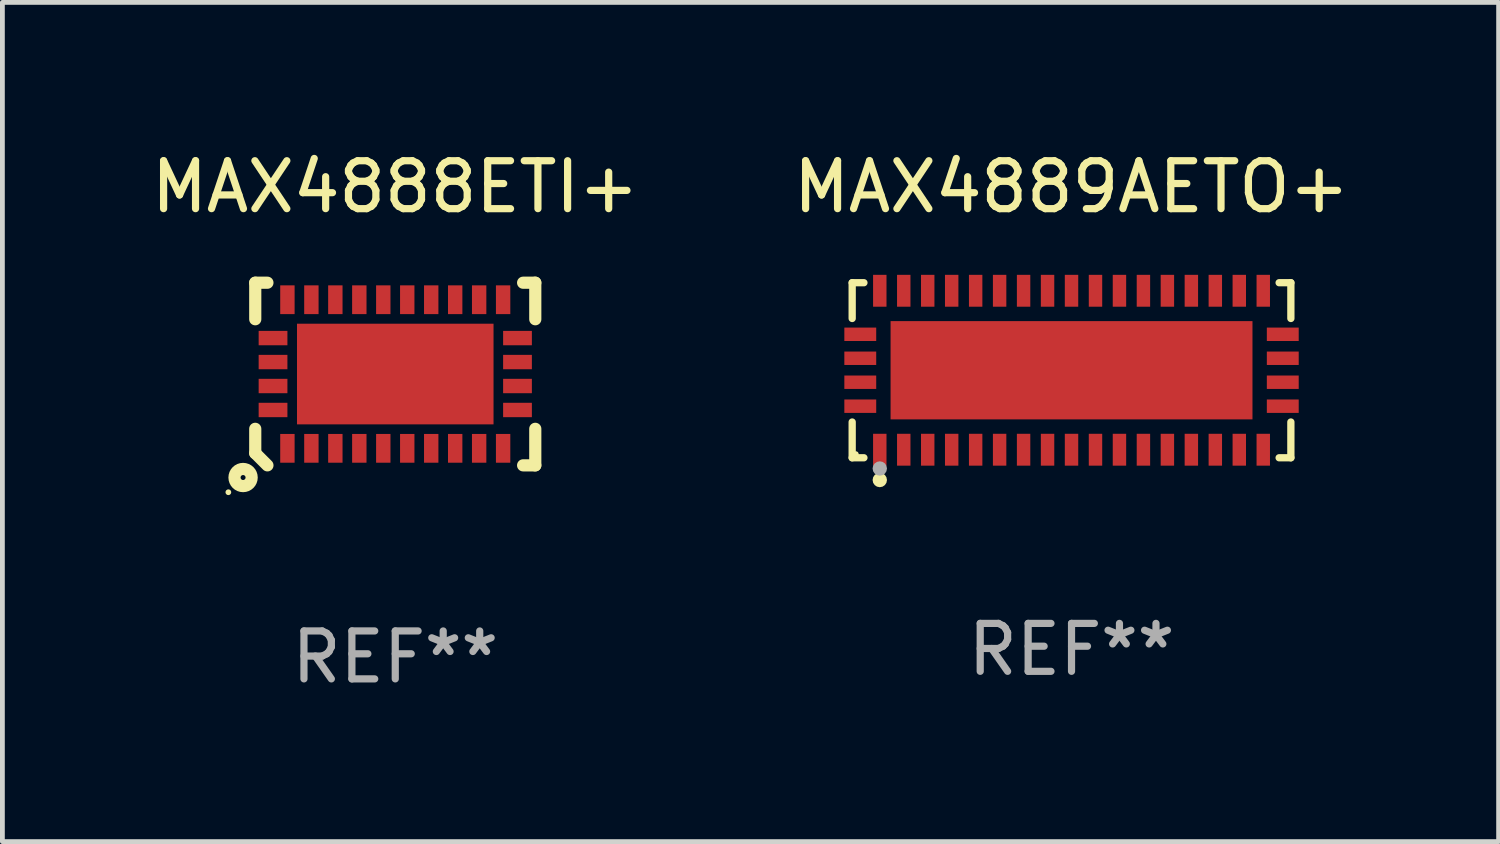
<source format=kicad_pcb>
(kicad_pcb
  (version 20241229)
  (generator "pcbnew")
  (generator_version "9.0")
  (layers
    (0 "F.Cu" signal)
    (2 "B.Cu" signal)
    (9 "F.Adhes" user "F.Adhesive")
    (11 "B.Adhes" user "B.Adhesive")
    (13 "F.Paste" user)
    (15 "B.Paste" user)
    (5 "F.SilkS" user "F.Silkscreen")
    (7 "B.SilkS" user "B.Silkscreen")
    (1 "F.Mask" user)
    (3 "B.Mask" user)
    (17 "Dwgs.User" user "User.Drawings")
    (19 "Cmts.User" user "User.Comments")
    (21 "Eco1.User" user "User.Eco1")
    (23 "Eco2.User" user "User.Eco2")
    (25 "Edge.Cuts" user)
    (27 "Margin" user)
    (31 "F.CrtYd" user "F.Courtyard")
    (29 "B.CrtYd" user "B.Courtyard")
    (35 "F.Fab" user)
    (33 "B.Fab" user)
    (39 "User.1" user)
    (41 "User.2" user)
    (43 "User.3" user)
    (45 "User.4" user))
  (footprint "MAX4888ETI+"
    (layer "F.Cu")
    (at 5.196 4.753)
    (property "Reference" "MAX4888ETI+" (at 0 -3.905 0) (layer "F.SilkS") (effects (font (size 1 1) (thickness 0.15))))
    (attr through_hole)
    (fp_line (start -2.921 -1.905) (end -2.667 -1.905) (stroke (width 0.254) (type solid)) (layer "F.SilkS"))
    (fp_line (start -2.921 -1.143) (end -2.921 -1.905) (stroke (width 0.254) (type solid)) (layer "F.SilkS"))
    (fp_line (start -2.921 1.143) (end -2.921 1.651) (stroke (width 0.254) (type solid)) (layer "F.SilkS"))
    (fp_line (start -2.921 1.651) (end -2.667 1.905) (stroke (width 0.254) (type solid)) (layer "F.SilkS"))
    (fp_line (start 2.667 -1.905) (end 2.921 -1.905) (stroke (width 0.254) (type solid)) (layer "F.SilkS"))
    (fp_line (start 2.921 -1.905) (end 2.921 -1.143) (stroke (width 0.254) (type solid)) (layer "F.SilkS"))
    (fp_line (start 2.921 1.143) (end 2.921 1.905) (stroke (width 0.254) (type solid)) (layer "F.SilkS"))
    (fp_line (start 2.921 1.905) (end 2.667 1.905) (stroke (width 0.254) (type solid)) (layer "F.SilkS"))
    (fp_circle (center -3.482 2.466) (end -3.452 2.466) (stroke (width 0.06) (type solid)) (fill no) (layer "F.SilkS"))
    (fp_circle (center -3.175 2.159) (end -2.996 2.159) (stroke (width 0.254) (type solid)) (fill no) (layer "F.SilkS"))
    (fp_text user "REF**" (at 0 5.905 0) (layer "F.Fab") (effects (font (size 1 1) (thickness 0.15))))
    (pad "1" smd rect (at -2.25 1.55) (size 0.3 0.6) (layers "F.Cu" "F.Mask" "F.Paste"))
    (pad "2" smd rect (at -1.75 1.55) (size 0.3 0.6) (layers "F.Cu" "F.Mask" "F.Paste"))
    (pad "3" smd rect (at -1.25 1.55) (size 0.3 0.6) (layers "F.Cu" "F.Mask" "F.Paste"))
    (pad "4" smd rect (at -0.75 1.55) (size 0.3 0.6) (layers "F.Cu" "F.Mask" "F.Paste"))
    (pad "5" smd rect (at -0.25 1.55) (size 0.3 0.6) (layers "F.Cu" "F.Mask" "F.Paste"))
    (pad "6" smd rect (at 0.25 1.55) (size 0.3 0.6) (layers "F.Cu" "F.Mask" "F.Paste"))
    (pad "7" smd rect (at 0.75 1.55) (size 0.3 0.6) (layers "F.Cu" "F.Mask" "F.Paste"))
    (pad "8" smd rect (at 1.25 1.55) (size 0.3 0.6) (layers "F.Cu" "F.Mask" "F.Paste"))
    (pad "9" smd rect (at 1.75 1.55) (size 0.3 0.6) (layers "F.Cu" "F.Mask" "F.Paste"))
    (pad "10" smd rect (at 2.25 1.55) (size 0.3 0.6) (layers "F.Cu" "F.Mask" "F.Paste"))
    (pad "11" smd rect (at 2.55 0.75 90) (size 0.3 0.6) (layers "F.Cu" "F.Mask" "F.Paste"))
    (pad "12" smd rect (at 2.55 0.25 90) (size 0.3 0.6) (layers "F.Cu" "F.Mask" "F.Paste"))
    (pad "13" smd rect (at 2.55 -0.25 90) (size 0.3 0.6) (layers "F.Cu" "F.Mask" "F.Paste"))
    (pad "14" smd rect (at 2.55 -0.75 90) (size 0.3 0.6) (layers "F.Cu" "F.Mask" "F.Paste"))
    (pad "15" smd rect (at 2.25 -1.55) (size 0.3 0.6) (layers "F.Cu" "F.Mask" "F.Paste"))
    (pad "16" smd rect (at 1.75 -1.55) (size 0.3 0.6) (layers "F.Cu" "F.Mask" "F.Paste"))
    (pad "17" smd rect (at 1.25 -1.55) (size 0.3 0.6) (layers "F.Cu" "F.Mask" "F.Paste"))
    (pad "18" smd rect (at 0.75 -1.55) (size 0.3 0.6) (layers "F.Cu" "F.Mask" "F.Paste"))
    (pad "19" smd rect (at 0.25 -1.55) (size 0.3 0.6) (layers "F.Cu" "F.Mask" "F.Paste"))
    (pad "20" smd rect (at -0.25 -1.55) (size 0.3 0.6) (layers "F.Cu" "F.Mask" "F.Paste"))
    (pad "21" smd rect (at -0.75 -1.55) (size 0.3 0.6) (layers "F.Cu" "F.Mask" "F.Paste"))
    (pad "22" smd rect (at -1.25 -1.55) (size 0.3 0.6) (layers "F.Cu" "F.Mask" "F.Paste"))
    (pad "23" smd rect (at -1.75 -1.55) (size 0.3 0.6) (layers "F.Cu" "F.Mask" "F.Paste"))
    (pad "24" smd rect (at -2.25 -1.55) (size 0.3 0.6) (layers "F.Cu" "F.Mask" "F.Paste"))
    (pad "25" smd rect (at -2.55 -0.75 270) (size 0.3 0.6) (layers "F.Cu" "F.Mask" "F.Paste"))
    (pad "26" smd rect (at -2.55 -0.25 270) (size 0.3 0.6) (layers "F.Cu" "F.Mask" "F.Paste"))
    (pad "27" smd rect (at -2.55 0.25 270) (size 0.3 0.6) (layers "F.Cu" "F.Mask" "F.Paste"))
    (pad "28" smd rect (at -2.55 0.75 270) (size 0.3 0.6) (layers "F.Cu" "F.Mask" "F.Paste"))
    (pad "29" smd rect (at -0.000076 0.000102 270) (size 2.1 4.1) (layers "F.Cu" "F.Mask" "F.Paste")))
  (footprint "MAX4889AETO+"
    (layer "F.Cu")
    (at 19.304 4.674)
    (property "Reference" "MAX4889AETO+" (at 0 -3.826 0) (layer "F.SilkS") (effects (font (size 1 1) (thickness 0.15))))
    (attr through_hole)
    (fp_line (start -4.576 -1.826) (end -4.331 -1.826) (stroke (width 0.152) (type solid)) (layer "F.SilkS"))
    (fp_line (start -4.576 -1.08) (end -4.576 -1.826) (stroke (width 0.152) (type solid)) (layer "F.SilkS"))
    (fp_line (start -4.576 1.08) (end -4.576 1.826) (stroke (width 0.152) (type solid)) (layer "F.SilkS"))
    (fp_line (start -4.576 1.826) (end -4.331 1.826) (stroke (width 0.152) (type solid)) (layer "F.SilkS"))
    (fp_line (start 4.576 -1.826) (end 4.331 -1.826) (stroke (width 0.152) (type solid)) (layer "F.SilkS"))
    (fp_line (start 4.576 -1.08) (end 4.576 -1.826) (stroke (width 0.152) (type solid)) (layer "F.SilkS"))
    (fp_line (start 4.576 1.08) (end 4.576 1.826) (stroke (width 0.152) (type solid)) (layer "F.SilkS"))
    (fp_line (start 4.576 1.826) (end 4.331 1.826) (stroke (width 0.152) (type solid)) (layer "F.SilkS"))
    (fp_circle (center -4.5 1.75) (end -4.47 1.75) (stroke (width 0.06) (type solid)) (fill no) (layer "F.SilkS"))
    (fp_circle (center -4 2.29) (end -3.925 2.29) (stroke (width 0.15) (type solid)) (fill no) (layer "F.SilkS"))
    (fp_circle (center -4 2.05) (end -3.925 2.05) (stroke (width 0.15) (type solid)) (fill no) (layer "F.Fab"))
    (fp_text user "REF**" (at 0 5.826 0) (layer "F.Fab") (effects (font (size 1 1) (thickness 0.15))))
    (pad "1" smd rect (at -4 1.658) (size 0.28 0.665) (layers "F.Cu" "F.Mask" "F.Paste"))
    (pad "2" smd rect (at -3.5 1.658) (size 0.28 0.665) (layers "F.Cu" "F.Mask" "F.Paste"))
    (pad "3" smd rect (at -3 1.658) (size 0.28 0.665) (layers "F.Cu" "F.Mask" "F.Paste"))
    (pad "4" smd rect (at -2.5 1.658) (size 0.28 0.665) (layers "F.Cu" "F.Mask" "F.Paste"))
    (pad "5" smd rect (at -2 1.658) (size 0.28 0.665) (layers "F.Cu" "F.Mask" "F.Paste"))
    (pad "6" smd rect (at -1.5 1.658) (size 0.28 0.665) (layers "F.Cu" "F.Mask" "F.Paste"))
    (pad "7" smd rect (at -1 1.658) (size 0.28 0.665) (layers "F.Cu" "F.Mask" "F.Paste"))
    (pad "8" smd rect (at -0.5 1.658) (size 0.28 0.665) (layers "F.Cu" "F.Mask" "F.Paste"))
    (pad "9" smd rect (at 0 1.658) (size 0.28 0.665) (layers "F.Cu" "F.Mask" "F.Paste"))
    (pad "10" smd rect (at 0.5 1.658) (size 0.28 0.665) (layers "F.Cu" "F.Mask" "F.Paste"))
    (pad "11" smd rect (at 1 1.658) (size 0.28 0.665) (layers "F.Cu" "F.Mask" "F.Paste"))
    (pad "12" smd rect (at 1.5 1.658) (size 0.28 0.665) (layers "F.Cu" "F.Mask" "F.Paste"))
    (pad "13" smd rect (at 2 1.658) (size 0.28 0.665) (layers "F.Cu" "F.Mask" "F.Paste"))
    (pad "14" smd rect (at 2.5 1.658) (size 0.28 0.665) (layers "F.Cu" "F.Mask" "F.Paste"))
    (pad "15" smd rect (at 3 1.658) (size 0.28 0.665) (layers "F.Cu" "F.Mask" "F.Paste"))
    (pad "16" smd rect (at 3.5 1.658) (size 0.28 0.665) (layers "F.Cu" "F.Mask" "F.Paste"))
    (pad "17" smd rect (at 4 1.658) (size 0.28 0.665) (layers "F.Cu" "F.Mask" "F.Paste"))
    (pad "18" smd rect (at 4.407 0.75) (size 0.665 0.28) (layers "F.Cu" "F.Mask" "F.Paste"))
    (pad "19" smd rect (at 4.407 0.25) (size 0.665 0.28) (layers "F.Cu" "F.Mask" "F.Paste"))
    (pad "20" smd rect (at 4.407 -0.25) (size 0.665 0.28) (layers "F.Cu" "F.Mask" "F.Paste"))
    (pad "21" smd rect (at 4.407 -0.75) (size 0.665 0.28) (layers "F.Cu" "F.Mask" "F.Paste"))
    (pad "22" smd rect (at 4 -1.658) (size 0.28 0.665) (layers "F.Cu" "F.Mask" "F.Paste"))
    (pad "23" smd rect (at 3.5 -1.658) (size 0.28 0.665) (layers "F.Cu" "F.Mask" "F.Paste"))
    (pad "24" smd rect (at 3 -1.658) (size 0.28 0.665) (layers "F.Cu" "F.Mask" "F.Paste"))
    (pad "25" smd rect (at 2.5 -1.658) (size 0.28 0.665) (layers "F.Cu" "F.Mask" "F.Paste"))
    (pad "26" smd rect (at 2 -1.658) (size 0.28 0.665) (layers "F.Cu" "F.Mask" "F.Paste"))
    (pad "27" smd rect (at 1.5 -1.658) (size 0.28 0.665) (layers "F.Cu" "F.Mask" "F.Paste"))
    (pad "28" smd rect (at 1 -1.658) (size 0.28 0.665) (layers "F.Cu" "F.Mask" "F.Paste"))
    (pad "29" smd rect (at 0.5 -1.658) (size 0.28 0.665) (layers "F.Cu" "F.Mask" "F.Paste"))
    (pad "30" smd rect (at 0 -1.658) (size 0.28 0.665) (layers "F.Cu" "F.Mask" "F.Paste"))
    (pad "31" smd rect (at -0.5 -1.658) (size 0.28 0.665) (layers "F.Cu" "F.Mask" "F.Paste"))
    (pad "32" smd rect (at -1 -1.658) (size 0.28 0.665) (layers "F.Cu" "F.Mask" "F.Paste"))
    (pad "33" smd rect (at -1.5 -1.658) (size 0.28 0.665) (layers "F.Cu" "F.Mask" "F.Paste"))
    (pad "34" smd rect (at -2 -1.658) (size 0.28 0.665) (layers "F.Cu" "F.Mask" "F.Paste"))
    (pad "35" smd rect (at -2.5 -1.658) (size 0.28 0.665) (layers "F.Cu" "F.Mask" "F.Paste"))
    (pad "36" smd rect (at -3 -1.658) (size 0.28 0.665) (layers "F.Cu" "F.Mask" "F.Paste"))
    (pad "37" smd rect (at -3.5 -1.658) (size 0.28 0.665) (layers "F.Cu" "F.Mask" "F.Paste"))
    (pad "38" smd rect (at -4 -1.658) (size 0.28 0.665) (layers "F.Cu" "F.Mask" "F.Paste"))
    (pad "39" smd rect (at -4.407 -0.75) (size 0.665 0.28) (layers "F.Cu" "F.Mask" "F.Paste"))
    (pad "40" smd rect (at -4.407 -0.25) (size 0.665 0.28) (layers "F.Cu" "F.Mask" "F.Paste"))
    (pad "41" smd rect (at -4.407 0.25) (size 0.665 0.28) (layers "F.Cu" "F.Mask" "F.Paste"))
    (pad "42" smd rect (at -4.407 0.75) (size 0.665 0.28) (layers "F.Cu" "F.Mask" "F.Paste"))
    (pad "43" smd rect (at 0 0) (size 7.55 2.05) (layers "F.Cu" "F.Mask" "F.Paste")))
  (gr_rect
    (start -3 -3)
    (end 28.214 14.507)
    (stroke (width 0.1) (type default))
    (fill no)
    (layer "Edge.Cuts")))
</source>
